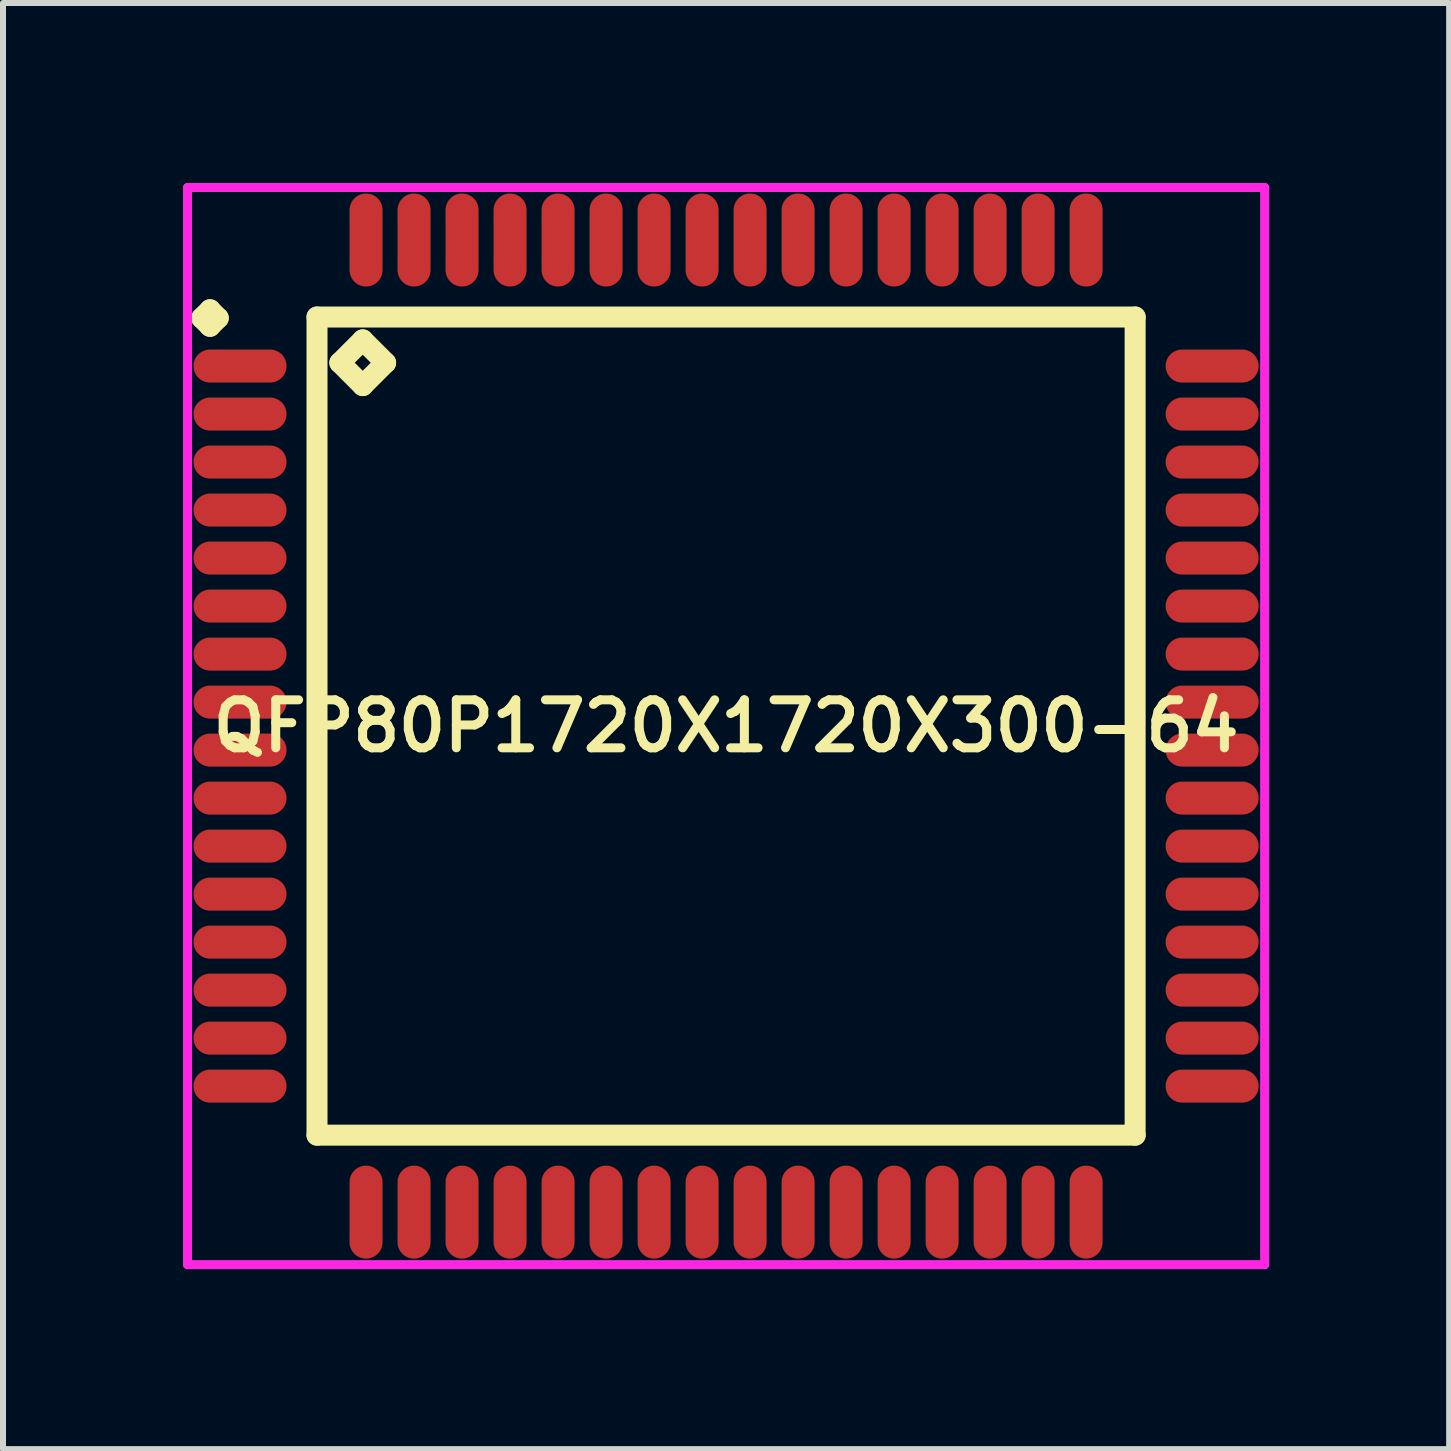
<source format=kicad_pcb>
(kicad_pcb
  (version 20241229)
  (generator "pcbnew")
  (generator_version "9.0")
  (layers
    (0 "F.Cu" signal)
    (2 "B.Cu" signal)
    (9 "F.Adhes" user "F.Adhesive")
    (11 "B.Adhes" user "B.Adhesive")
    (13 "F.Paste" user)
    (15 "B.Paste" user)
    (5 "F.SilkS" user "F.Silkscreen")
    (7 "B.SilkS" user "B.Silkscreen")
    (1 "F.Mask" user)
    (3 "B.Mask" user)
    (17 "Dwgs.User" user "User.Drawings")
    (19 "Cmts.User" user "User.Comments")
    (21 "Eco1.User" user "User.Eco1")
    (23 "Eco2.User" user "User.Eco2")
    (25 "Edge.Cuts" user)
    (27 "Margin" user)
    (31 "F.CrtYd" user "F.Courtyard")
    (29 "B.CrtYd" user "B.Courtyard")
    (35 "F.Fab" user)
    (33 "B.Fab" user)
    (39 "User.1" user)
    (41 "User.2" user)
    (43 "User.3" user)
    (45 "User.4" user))
  (footprint "QFP80P1720X1720X300-64"
    (layer "F.Cu")
    (at 9.05 9.05)
    (property "Reference" "QFP80P1720X1720X300-64" (at 0 0 0) (layer "F.SilkS") (effects (font (size 0.8 0.8) (thickness 0.15))))
    (attr through_hole)
    (fp_line (start -8.738 -6.8) (end -8.6 -6.938) (stroke (width 0.35) (type solid)) (layer "F.SilkS"))
    (fp_line (start -8.6 -6.938) (end -8.463 -6.8) (stroke (width 0.35) (type solid)) (layer "F.SilkS"))
    (fp_line (start -8.6 -6.662) (end -8.738 -6.8) (stroke (width 0.35) (type solid)) (layer "F.SilkS"))
    (fp_line (start -8.463 -6.8) (end -8.6 -6.662) (stroke (width 0.35) (type solid)) (layer "F.SilkS"))
    (fp_line (start -6.817 -6.817) (end -6.817 6.817) (stroke (width 0.35) (type solid)) (layer "F.SilkS"))
    (fp_line (start -6.817 6.817) (end 6.817 6.817) (stroke (width 0.35) (type solid)) (layer "F.SilkS"))
    (fp_line (start -6.436 -6.055) (end -6.055 -6.436) (stroke (width 0.35) (type solid)) (layer "F.SilkS"))
    (fp_line (start -6.055 -6.436) (end -5.674 -6.055) (stroke (width 0.35) (type solid)) (layer "F.SilkS"))
    (fp_line (start -6.055 -5.674) (end -6.436 -6.055) (stroke (width 0.35) (type solid)) (layer "F.SilkS"))
    (fp_line (start -5.674 -6.055) (end -6.055 -5.674) (stroke (width 0.35) (type solid)) (layer "F.SilkS"))
    (fp_line (start 6.817 -6.817) (end -6.817 -6.817) (stroke (width 0.35) (type solid)) (layer "F.SilkS"))
    (fp_line (start 6.817 6.817) (end 6.817 -6.817) (stroke (width 0.35) (type solid)) (layer "F.SilkS"))
    (fp_line (start -8.975 -8.975) (end 8.975 -8.975) (stroke (width 0.15) (type solid)) (layer "F.CrtYd"))
    (fp_line (start -8.975 8.975) (end -8.975 -8.975) (stroke (width 0.15) (type solid)) (layer "F.CrtYd"))
    (fp_line (start 8.975 -8.975) (end 8.975 8.975) (stroke (width 0.15) (type solid)) (layer "F.CrtYd"))
    (fp_line (start 8.975 8.975) (end -8.975 8.975) (stroke (width 0.15) (type solid)) (layer "F.CrtYd"))
    (pad "1" smd oval (at -8.1 -6) (size 1.55 0.55) (layers "F.Cu" "F.Mask" "F.Paste"))
    (pad "2" smd oval (at -8.1 -5.2) (size 1.55 0.55) (layers "F.Cu" "F.Mask" "F.Paste"))
    (pad "3" smd oval (at -8.1 -4.4) (size 1.55 0.55) (layers "F.Cu" "F.Mask" "F.Paste"))
    (pad "4" smd oval (at -8.1 -3.6) (size 1.55 0.55) (layers "F.Cu" "F.Mask" "F.Paste"))
    (pad "5" smd oval (at -8.1 -2.8) (size 1.55 0.55) (layers "F.Cu" "F.Mask" "F.Paste"))
    (pad "6" smd oval (at -8.1 -2) (size 1.55 0.55) (layers "F.Cu" "F.Mask" "F.Paste"))
    (pad "7" smd oval (at -8.1 -1.2) (size 1.55 0.55) (layers "F.Cu" "F.Mask" "F.Paste"))
    (pad "8" smd oval (at -8.1 -0.4) (size 1.55 0.55) (layers "F.Cu" "F.Mask" "F.Paste"))
    (pad "9" smd oval (at -8.1 0.4) (size 1.55 0.55) (layers "F.Cu" "F.Mask" "F.Paste"))
    (pad "10" smd oval (at -8.1 1.2) (size 1.55 0.55) (layers "F.Cu" "F.Mask" "F.Paste"))
    (pad "11" smd oval (at -8.1 2) (size 1.55 0.55) (layers "F.Cu" "F.Mask" "F.Paste"))
    (pad "12" smd oval (at -8.1 2.8) (size 1.55 0.55) (layers "F.Cu" "F.Mask" "F.Paste"))
    (pad "13" smd oval (at -8.1 3.6) (size 1.55 0.55) (layers "F.Cu" "F.Mask" "F.Paste"))
    (pad "14" smd oval (at -8.1 4.4) (size 1.55 0.55) (layers "F.Cu" "F.Mask" "F.Paste"))
    (pad "15" smd oval (at -8.1 5.2) (size 1.55 0.55) (layers "F.Cu" "F.Mask" "F.Paste"))
    (pad "16" smd oval (at -8.1 6) (size 1.55 0.55) (layers "F.Cu" "F.Mask" "F.Paste"))
    (pad "17" smd oval (at -6 8.1) (size 0.55 1.55) (layers "F.Cu" "F.Mask" "F.Paste"))
    (pad "18" smd oval (at -5.2 8.1) (size 0.55 1.55) (layers "F.Cu" "F.Mask" "F.Paste"))
    (pad "19" smd oval (at -4.4 8.1) (size 0.55 1.55) (layers "F.Cu" "F.Mask" "F.Paste"))
    (pad "20" smd oval (at -3.6 8.1) (size 0.55 1.55) (layers "F.Cu" "F.Mask" "F.Paste"))
    (pad "21" smd oval (at -2.8 8.1) (size 0.55 1.55) (layers "F.Cu" "F.Mask" "F.Paste"))
    (pad "22" smd oval (at -2 8.1) (size 0.55 1.55) (layers "F.Cu" "F.Mask" "F.Paste"))
    (pad "23" smd oval (at -1.2 8.1) (size 0.55 1.55) (layers "F.Cu" "F.Mask" "F.Paste"))
    (pad "24" smd oval (at -0.4 8.1) (size 0.55 1.55) (layers "F.Cu" "F.Mask" "F.Paste"))
    (pad "25" smd oval (at 0.4 8.1) (size 0.55 1.55) (layers "F.Cu" "F.Mask" "F.Paste"))
    (pad "26" smd oval (at 1.2 8.1) (size 0.55 1.55) (layers "F.Cu" "F.Mask" "F.Paste"))
    (pad "27" smd oval (at 2 8.1) (size 0.55 1.55) (layers "F.Cu" "F.Mask" "F.Paste"))
    (pad "28" smd oval (at 2.8 8.1) (size 0.55 1.55) (layers "F.Cu" "F.Mask" "F.Paste"))
    (pad "29" smd oval (at 3.6 8.1) (size 0.55 1.55) (layers "F.Cu" "F.Mask" "F.Paste"))
    (pad "30" smd oval (at 4.4 8.1) (size 0.55 1.55) (layers "F.Cu" "F.Mask" "F.Paste"))
    (pad "31" smd oval (at 5.2 8.1) (size 0.55 1.55) (layers "F.Cu" "F.Mask" "F.Paste"))
    (pad "32" smd oval (at 6 8.1) (size 0.55 1.55) (layers "F.Cu" "F.Mask" "F.Paste"))
    (pad "33" smd oval (at 8.1 6) (size 1.55 0.55) (layers "F.Cu" "F.Mask" "F.Paste"))
    (pad "34" smd oval (at 8.1 5.2) (size 1.55 0.55) (layers "F.Cu" "F.Mask" "F.Paste"))
    (pad "35" smd oval (at 8.1 4.4) (size 1.55 0.55) (layers "F.Cu" "F.Mask" "F.Paste"))
    (pad "36" smd oval (at 8.1 3.6) (size 1.55 0.55) (layers "F.Cu" "F.Mask" "F.Paste"))
    (pad "37" smd oval (at 8.1 2.8) (size 1.55 0.55) (layers "F.Cu" "F.Mask" "F.Paste"))
    (pad "38" smd oval (at 8.1 2) (size 1.55 0.55) (layers "F.Cu" "F.Mask" "F.Paste"))
    (pad "39" smd oval (at 8.1 1.2) (size 1.55 0.55) (layers "F.Cu" "F.Mask" "F.Paste"))
    (pad "40" smd oval (at 8.1 0.4) (size 1.55 0.55) (layers "F.Cu" "F.Mask" "F.Paste"))
    (pad "41" smd oval (at 8.1 -0.4) (size 1.55 0.55) (layers "F.Cu" "F.Mask" "F.Paste"))
    (pad "42" smd oval (at 8.1 -1.2) (size 1.55 0.55) (layers "F.Cu" "F.Mask" "F.Paste"))
    (pad "43" smd oval (at 8.1 -2) (size 1.55 0.55) (layers "F.Cu" "F.Mask" "F.Paste"))
    (pad "44" smd oval (at 8.1 -2.8) (size 1.55 0.55) (layers "F.Cu" "F.Mask" "F.Paste"))
    (pad "45" smd oval (at 8.1 -3.6) (size 1.55 0.55) (layers "F.Cu" "F.Mask" "F.Paste"))
    (pad "46" smd oval (at 8.1 -4.4) (size 1.55 0.55) (layers "F.Cu" "F.Mask" "F.Paste"))
    (pad "47" smd oval (at 8.1 -5.2) (size 1.55 0.55) (layers "F.Cu" "F.Mask" "F.Paste"))
    (pad "48" smd oval (at 8.1 -6) (size 1.55 0.55) (layers "F.Cu" "F.Mask" "F.Paste"))
    (pad "49" smd oval (at 6 -8.1) (size 0.55 1.55) (layers "F.Cu" "F.Mask" "F.Paste"))
    (pad "50" smd oval (at 5.2 -8.1) (size 0.55 1.55) (layers "F.Cu" "F.Mask" "F.Paste"))
    (pad "51" smd oval (at 4.4 -8.1) (size 0.55 1.55) (layers "F.Cu" "F.Mask" "F.Paste"))
    (pad "52" smd oval (at 3.6 -8.1) (size 0.55 1.55) (layers "F.Cu" "F.Mask" "F.Paste"))
    (pad "53" smd oval (at 2.8 -8.1) (size 0.55 1.55) (layers "F.Cu" "F.Mask" "F.Paste"))
    (pad "54" smd oval (at 2 -8.1) (size 0.55 1.55) (layers "F.Cu" "F.Mask" "F.Paste"))
    (pad "55" smd oval (at 1.2 -8.1) (size 0.55 1.55) (layers "F.Cu" "F.Mask" "F.Paste"))
    (pad "56" smd oval (at 0.4 -8.1) (size 0.55 1.55) (layers "F.Cu" "F.Mask" "F.Paste"))
    (pad "57" smd oval (at -0.4 -8.1) (size 0.55 1.55) (layers "F.Cu" "F.Mask" "F.Paste"))
    (pad "58" smd oval (at -1.2 -8.1) (size 0.55 1.55) (layers "F.Cu" "F.Mask" "F.Paste"))
    (pad "59" smd oval (at -2 -8.1) (size 0.55 1.55) (layers "F.Cu" "F.Mask" "F.Paste"))
    (pad "60" smd oval (at -2.8 -8.1) (size 0.55 1.55) (layers "F.Cu" "F.Mask" "F.Paste"))
    (pad "61" smd oval (at -3.6 -8.1) (size 0.55 1.55) (layers "F.Cu" "F.Mask" "F.Paste"))
    (pad "62" smd oval (at -4.4 -8.1) (size 0.55 1.55) (layers "F.Cu" "F.Mask" "F.Paste"))
    (pad "63" smd oval (at -5.2 -8.1) (size 0.55 1.55) (layers "F.Cu" "F.Mask" "F.Paste"))
    (pad "64" smd oval (at -6 -8.1) (size 0.55 1.55) (layers "F.Cu" "F.Mask" "F.Paste")))
  (gr_rect
    (start -3 -3)
    (end 21.1 21.1)
    (stroke (width 0.1) (type default))
    (fill no)
    (layer "Edge.Cuts")))
</source>
